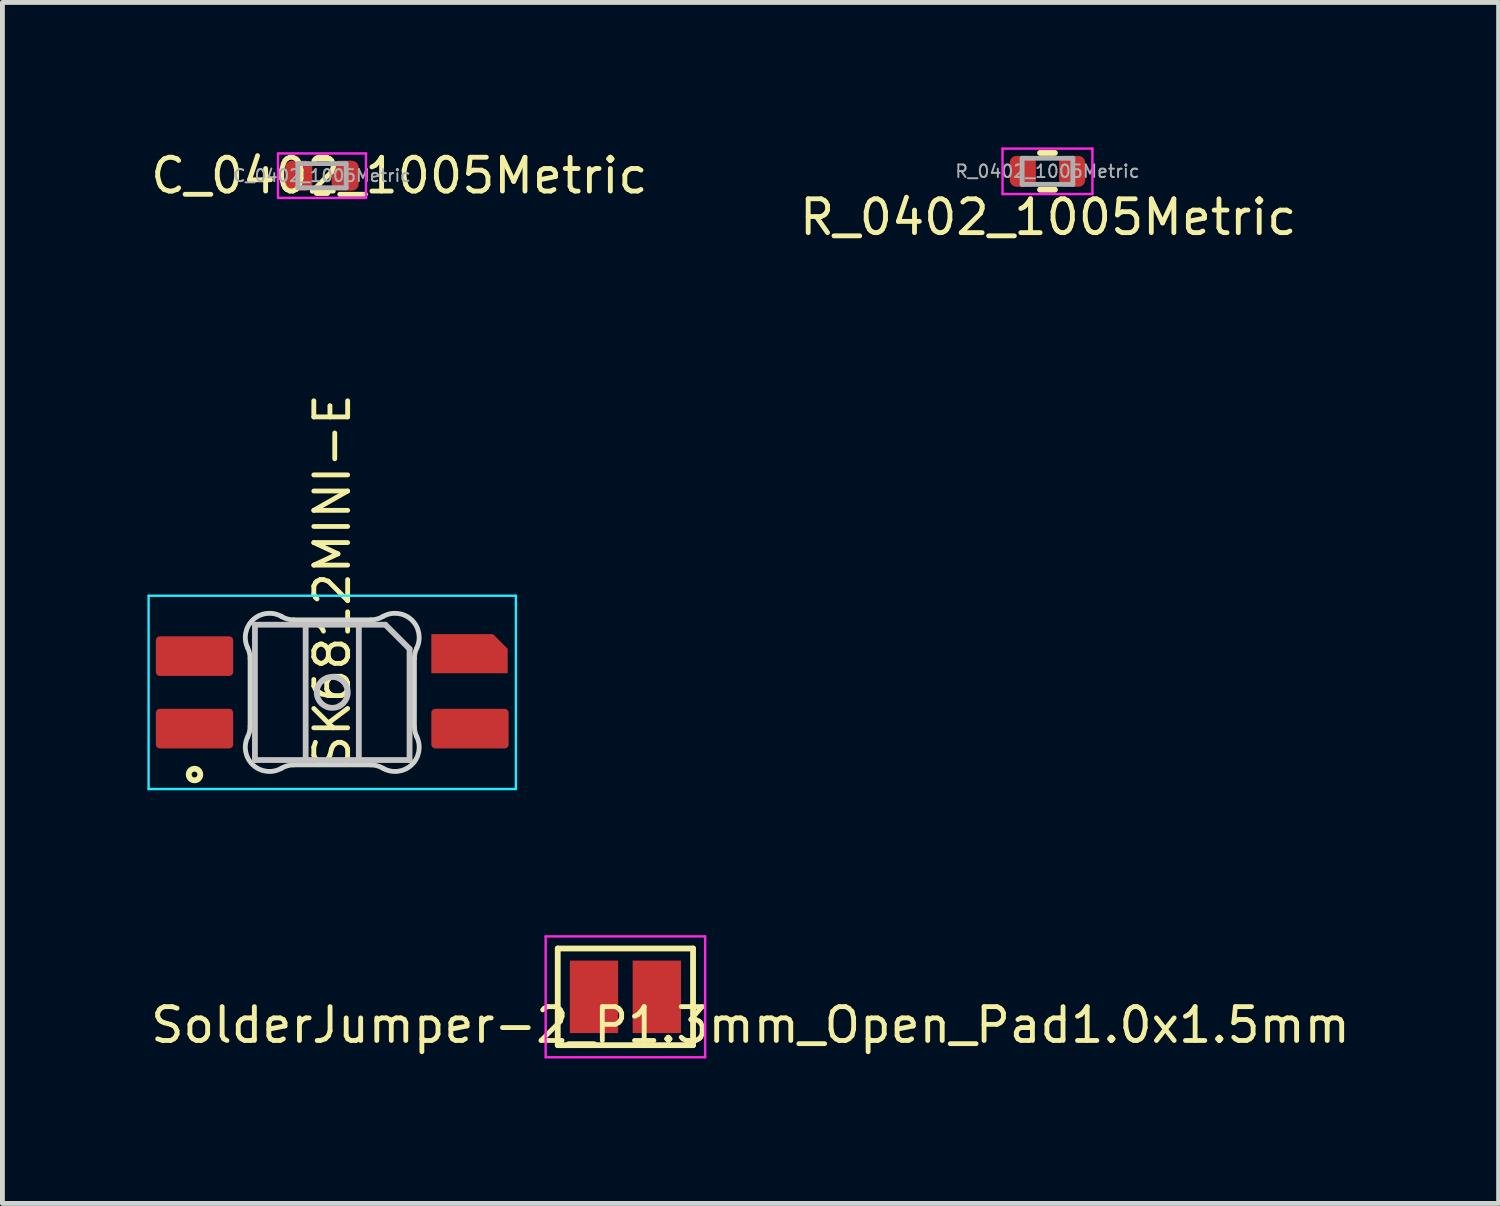
<source format=kicad_pcb>
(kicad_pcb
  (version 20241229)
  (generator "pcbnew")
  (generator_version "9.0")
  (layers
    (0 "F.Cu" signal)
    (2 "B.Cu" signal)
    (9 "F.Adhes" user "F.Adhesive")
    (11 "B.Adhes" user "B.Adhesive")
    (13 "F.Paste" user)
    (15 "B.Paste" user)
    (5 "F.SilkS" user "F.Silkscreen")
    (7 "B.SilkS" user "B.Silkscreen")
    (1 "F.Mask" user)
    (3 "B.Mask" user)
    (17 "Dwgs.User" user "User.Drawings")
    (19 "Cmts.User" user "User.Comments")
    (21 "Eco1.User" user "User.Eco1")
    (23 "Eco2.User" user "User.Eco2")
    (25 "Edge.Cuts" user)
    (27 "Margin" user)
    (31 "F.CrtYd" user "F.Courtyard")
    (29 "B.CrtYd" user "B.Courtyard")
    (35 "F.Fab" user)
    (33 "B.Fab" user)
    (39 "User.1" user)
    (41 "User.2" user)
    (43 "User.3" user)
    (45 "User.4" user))
  (footprint "SolderJumper-2_P1.3mm_Open_Pad1.0x1.5mm"
    (layer "F.Cu")
    (at 9.891 17.577)
    (property "Reference" "SolderJumper-2_P1.3mm_Open_Pad1.0x1.5mm" (at 2.589 0.584 0) (layer "F.SilkS") (effects (font (size 0.7 0.7) (thickness 0.1))))
    (attr exclude_from_pos_files exclude_from_bom)
    (fp_line (start -1.4 -1) (end 1.4 -1) (stroke (width 0.12) (type solid)) (layer "F.SilkS"))
    (fp_line (start -1.4 1) (end -1.4 -1) (stroke (width 0.12) (type solid)) (layer "F.SilkS"))
    (fp_line (start 1.4 -1) (end 1.4 1) (stroke (width 0.12) (type solid)) (layer "F.SilkS"))
    (fp_line (start 1.4 1) (end -1.4 1) (stroke (width 0.12) (type solid)) (layer "F.SilkS"))
    (fp_line (start -1.65 -1.25) (end -1.65 1.25) (stroke (width 0.05) (type solid)) (layer "F.CrtYd"))
    (fp_line (start -1.65 -1.25) (end 1.65 -1.25) (stroke (width 0.05) (type solid)) (layer "F.CrtYd"))
    (fp_line (start 1.65 1.25) (end -1.65 1.25) (stroke (width 0.05) (type solid)) (layer "F.CrtYd"))
    (fp_line (start 1.65 1.25) (end 1.65 -1.25) (stroke (width 0.05) (type solid)) (layer "F.CrtYd"))
    (pad "1" smd rect (at -0.65 0) (size 1 1.5) (layers "F.Cu" "F.Mask"))
    (pad "2" smd rect (at 0.65 0) (size 1 1.5) (layers "F.Cu" "F.Mask")))
  (footprint "SK6812MINI-E"
    (layer "F.Cu")
    (at 3.825 11.277)
    (property "Reference" "SK6812MINI-E" (at 0 -2.3 270) (layer "F.SilkS") (effects (font (size 0.7 0.7) (thickness 0.1))))
    (attr smd)
    (fp_circle (center -2.85 1.7) (end -2.73 1.7) (stroke (width 0.12) (type solid)) (fill no) (layer "F.SilkS"))
    (fp_line (start -1.6 -1.4) (end 1.1 -1.4) (stroke (width 0.12) (type solid)) (layer "Dwgs.User"))
    (fp_line (start -1.6 1.4) (end -1.6 -1.4) (stroke (width 0.12) (type solid)) (layer "Dwgs.User"))
    (fp_line (start -0.55 1.4) (end -0.55 -1.4) (stroke (width 0.12) (type solid)) (layer "Dwgs.User"))
    (fp_line (start 0.55 1.4) (end 0.55 -1.4) (stroke (width 0.12) (type solid)) (layer "Dwgs.User"))
    (fp_line (start 1.6 -0.9) (end 1.1 -1.4) (stroke (width 0.12) (type solid)) (layer "Dwgs.User"))
    (fp_line (start 1.6 -0.9) (end 1.6 1.4) (stroke (width 0.12) (type solid)) (layer "Dwgs.User"))
    (fp_line (start 1.6 1.4) (end -1.6 1.4) (stroke (width 0.12) (type solid)) (layer "Dwgs.User"))
    (fp_circle (center 0 0) (end 0.2 -0.25) (stroke (width 0.12) (type solid)) (fill no) (layer "Dwgs.User"))
    (fp_line (start -1.7 0.703) (end -1.7 -0.703) (stroke (width 0.1) (type solid)) (layer "Edge.Cuts"))
    (fp_line (start -0.794 -1.5) (end 0.794 -1.5) (stroke (width 0.1) (type solid)) (layer "Edge.Cuts"))
    (fp_line (start 0.794 1.5) (end -0.794 1.5) (stroke (width 0.1) (type solid)) (layer "Edge.Cuts"))
    (fp_line (start 1.7 -0.703) (end 1.7 0.703) (stroke (width 0.1) (type solid)) (layer "Edge.Cuts"))
    (fp_arc (start -1.749484 -0.91972) (mid -1.712527 -0.814068) (end -1.699999 -0.702842) (stroke (width 0.1) (type solid)) (layer "Edge.Cuts"))
    (fp_arc (start -1.749484 -0.91972) (mid -1.638071 -1.504035) (end -1.046711 -1.568299) (stroke (width 0.1) (type solid)) (layer "Edge.Cuts"))
    (fp_arc (start -1.699999 0.702843) (mid -1.712527 0.814068) (end -1.749484 0.91972) (stroke (width 0.1) (type solid)) (layer "Edge.Cuts"))
    (fp_arc (start -1.046711 1.568297) (mid -1.63807 1.504034) (end -1.749484 0.91972) (stroke (width 0.1) (type solid)) (layer "Edge.Cuts"))
    (fp_arc (start -1.04671 1.568299) (mid -0.925122 1.517377) (end -0.794452 1.5) (stroke (width 0.1) (type solid)) (layer "Edge.Cuts"))
    (fp_arc (start -0.794453 -1.5) (mid -0.925123 -1.517377) (end -1.046711 -1.568299) (stroke (width 0.1) (type solid)) (layer "Edge.Cuts"))
    (fp_arc (start 0.794452 1.5) (mid 0.925123 1.517377) (end 1.046711 1.568299) (stroke (width 0.1) (type solid)) (layer "Edge.Cuts"))
    (fp_arc (start 1.046711 -1.568298) (mid 0.925123 -1.517376) (end 0.794453 -1.499999) (stroke (width 0.1) (type solid)) (layer "Edge.Cuts"))
    (fp_arc (start 1.046711 -1.568298) (mid 1.638071 -1.504035) (end 1.749484 -0.91972) (stroke (width 0.1) (type solid)) (layer "Edge.Cuts"))
    (fp_arc (start 1.699999 -0.702843) (mid 1.712527 -0.814069) (end 1.749484 -0.91972) (stroke (width 0.1) (type solid)) (layer "Edge.Cuts"))
    (fp_arc (start 1.749484 0.919719) (mid 1.638073 1.504037) (end 1.046711 1.568299) (stroke (width 0.1) (type solid)) (layer "Edge.Cuts"))
    (fp_arc (start 1.749484 0.91972) (mid 1.712518 0.81407) (end 1.699999 0.702842) (stroke (width 0.1) (type solid)) (layer "Edge.Cuts"))
    (fp_line (start -3.8 -2) (end -3.8 2) (stroke (width 0.05) (type solid)) (layer "B.CrtYd"))
    (fp_line (start -3.8 2) (end 3.8 2) (stroke (width 0.05) (type solid)) (layer "B.CrtYd"))
    (fp_line (start 3.8 -2) (end -3.8 -2) (stroke (width 0.05) (type solid)) (layer "B.CrtYd"))
    (fp_line (start 3.8 2) (end 3.8 -2) (stroke (width 0.05) (type solid)) (layer "B.CrtYd"))
    (pad "1" smd roundrect (at -2.85 0.75 90) (size 0.82 1.6) (layers "F.Cu" "F.Mask" "F.Paste") (roundrect_rratio 0.1))
    (pad "2" smd roundrect (at -2.85 -0.75 90) (size 0.82 1.6) (layers "F.Cu" "F.Mask" "F.Paste") (roundrect_rratio 0.1))
    (pad "3" smd custom (at 2.85 -0.75 270) (size 0.6 0.6) (layers "F.Cu" "F.Mask" "F.Paste") (options (anchor circle)) (primitives (gr_poly (pts (xy 0.3 -0.515) (xy 0.295 -0.538) (xy 0.282 -0.557) (xy 0.263 -0.57) (xy 0.24 -0.575) (xy -0.24 -0.575) (xy -0.263 -0.57) (xy -0.282 -0.557) (xy -0.295 -0.538) (xy -0.3 -0.515) (xy -0.3 0.515) (xy -0.295 0.538) (xy -0.282 0.557) (xy -0.263 0.57) (xy -0.24 0.575) (xy 0.24 0.575) (xy 0.263 0.57) (xy 0.282 0.557) (xy 0.295 0.538) (xy 0.3 0.515)) (width 0) (fill yes)) (gr_poly (pts (xy -0.15 -0.775) (xy -0.45 -0.475) (xy -0.45 0.795) (xy 0.35 0.795) (xy 0.35 -0.775)) (width 0.01) (fill yes))))
    (pad "4" smd roundrect (at 2.85 0.75 270) (size 0.82 1.6) (layers "F.Cu" "F.Mask" "F.Paste") (roundrect_rratio 0.1)))
  (footprint "C_0402_1005Metric"
    (layer "F.Cu")
    (at 3.613 0.585)
    (property "Reference" "C_0402_1005Metric" (at 1.6 0 0) (layer "F.SilkS") (effects (font (size 0.7 0.7) (thickness 0.1))))
    (attr smd)
    (fp_line (start -0.108 -0.36) (end 0.108 -0.36) (stroke (width 0.12) (type solid)) (layer "F.SilkS"))
    (fp_line (start -0.108 0.36) (end 0.108 0.36) (stroke (width 0.12) (type solid)) (layer "F.SilkS"))
    (fp_line (start -0.91 -0.46) (end 0.91 -0.46) (stroke (width 0.05) (type solid)) (layer "F.CrtYd"))
    (fp_line (start -0.91 0.46) (end -0.91 -0.46) (stroke (width 0.05) (type solid)) (layer "F.CrtYd"))
    (fp_line (start 0.91 -0.46) (end 0.91 0.46) (stroke (width 0.05) (type solid)) (layer "F.CrtYd"))
    (fp_line (start 0.91 0.46) (end -0.91 0.46) (stroke (width 0.05) (type solid)) (layer "F.CrtYd"))
    (fp_line (start -0.5 -0.25) (end 0.5 -0.25) (stroke (width 0.1) (type solid)) (layer "F.Fab"))
    (fp_line (start -0.5 0.25) (end -0.5 -0.25) (stroke (width 0.1) (type solid)) (layer "F.Fab"))
    (fp_line (start 0.5 -0.25) (end 0.5 0.25) (stroke (width 0.1) (type solid)) (layer "F.Fab"))
    (fp_line (start 0.5 0.25) (end -0.5 0.25) (stroke (width 0.1) (type solid)) (layer "F.Fab"))
    (fp_text user "${REFERENCE}" (at 0 0 0) (layer "F.Fab") (effects (font (size 0.25 0.25) (thickness 0.04))))
    (pad "1" smd roundrect (at -0.48 0) (size 0.56 0.62) (layers "F.Cu" "F.Mask" "F.Paste") (roundrect_rratio 0.25))
    (pad "2" smd roundrect (at 0.48 0) (size 0.56 0.62) (layers "F.Cu" "F.Mask" "F.Paste") (roundrect_rratio 0.25)))
  (footprint "R_0402_1005Metric"
    (layer "F.Cu")
    (at 18.625 0.495)
    (property "Reference" "R_0402_1005Metric" (at 0.015 0.95 180) (layer "F.SilkS") (effects (font (size 0.7 0.7) (thickness 0.1))))
    (attr smd)
    (fp_line (start -0.154 -0.38) (end 0.154 -0.38) (stroke (width 0.12) (type solid)) (layer "F.SilkS"))
    (fp_line (start -0.154 0.38) (end 0.154 0.38) (stroke (width 0.12) (type solid)) (layer "F.SilkS"))
    (fp_line (start -0.93 -0.47) (end 0.93 -0.47) (stroke (width 0.05) (type solid)) (layer "F.CrtYd"))
    (fp_line (start -0.93 0.47) (end -0.93 -0.47) (stroke (width 0.05) (type solid)) (layer "F.CrtYd"))
    (fp_line (start 0.93 -0.47) (end 0.93 0.47) (stroke (width 0.05) (type solid)) (layer "F.CrtYd"))
    (fp_line (start 0.93 0.47) (end -0.93 0.47) (stroke (width 0.05) (type solid)) (layer "F.CrtYd"))
    (fp_line (start -0.525 -0.27) (end 0.525 -0.27) (stroke (width 0.1) (type solid)) (layer "F.Fab"))
    (fp_line (start -0.525 0.27) (end -0.525 -0.27) (stroke (width 0.1) (type solid)) (layer "F.Fab"))
    (fp_line (start 0.525 -0.27) (end 0.525 0.27) (stroke (width 0.1) (type solid)) (layer "F.Fab"))
    (fp_line (start 0.525 0.27) (end -0.525 0.27) (stroke (width 0.1) (type solid)) (layer "F.Fab"))
    (fp_text user "${REFERENCE}" (at 0 0 180) (layer "F.Fab") (effects (font (size 0.26 0.26) (thickness 0.04))))
    (pad "1" smd roundrect (at -0.51 0) (size 0.54 0.64) (layers "F.Cu" "F.Mask" "F.Paste") (roundrect_rratio 0.25))
    (pad "2" smd roundrect (at 0.51 0) (size 0.54 0.64) (layers "F.Cu" "F.Mask" "F.Paste") (roundrect_rratio 0.25)))
  (gr_rect
    (start -3 -3)
    (end 27.96 21.852)
    (stroke (width 0.1) (type default))
    (fill no)
    (layer "Edge.Cuts")))
</source>
